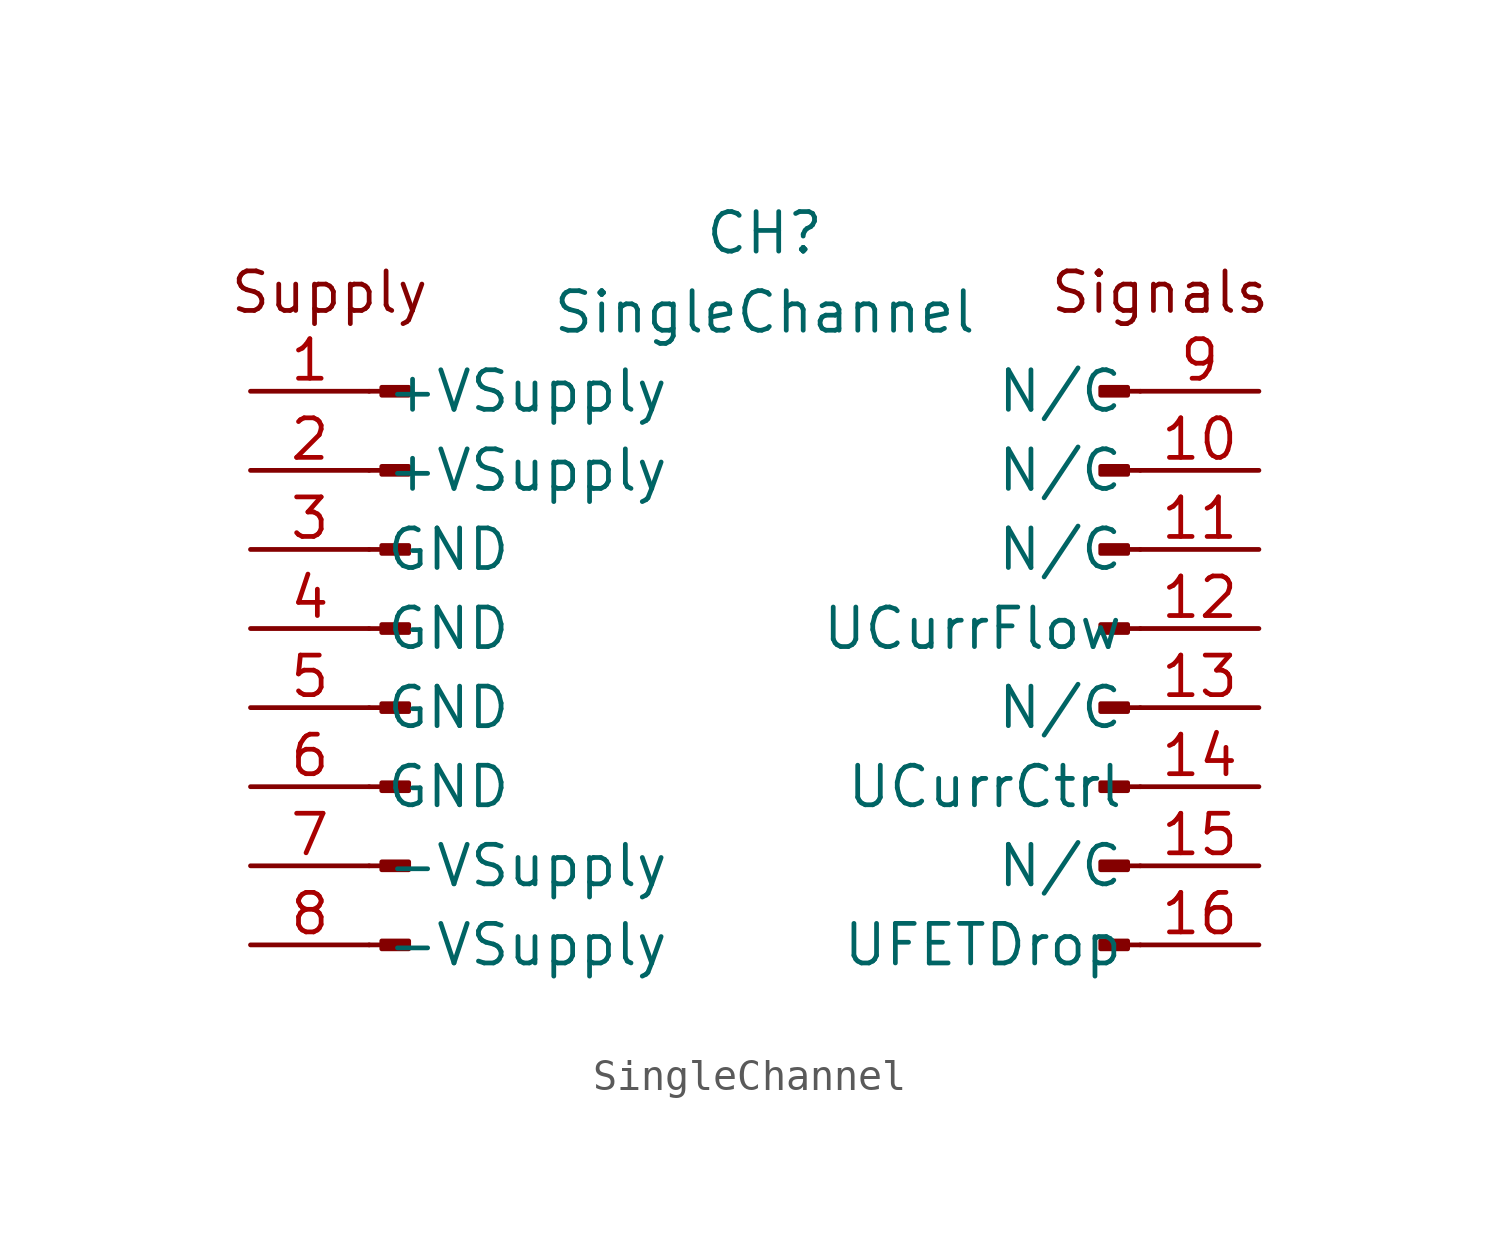
<source format=kicad_sym>
(kicad_symbol_lib
  (version 20210619)
  (generator kicad_symbol_editor)
  (symbol "FEAR-16:SingleChannel"
    (property "Reference" "CH"
      (at 0 13.335 0)
      (effects (font (size 1.27 1.27))))
    (property "Value" "SingleChannel"
      (at 0 10.795 0)
      (effects (font (size 1.27 1.27))))
    (symbol "SingleChannel_0_0"
      (text "Signals" (at 12.7 11.43 0) (effects (font (size 1.27 1.27))))
      (text "Supply" (at -13.97 11.43 0) (effects (font (size 1.27 1.27)))))
    (symbol "SingleChannel_1_1"
      (rectangle (start -12.294 -9.398) (end -11.43 -9.652) (stroke (width 0.152)) (fill (type outline)))
      (rectangle (start -12.294 -6.858) (end -11.43 -7.112) (stroke (width 0.152)) (fill (type outline)))
      (rectangle (start -12.294 -4.318) (end -11.43 -4.572) (stroke (width 0.152)) (fill (type outline)))
      (rectangle (start -12.294 -1.778) (end -11.43 -2.032) (stroke (width 0.152)) (fill (type outline)))
      (rectangle (start -12.294 0.762) (end -11.43 0.508) (stroke (width 0.152)) (fill (type outline)))
      (rectangle (start -12.294 3.302) (end -11.43 3.048) (stroke (width 0.152)) (fill (type outline)))
      (rectangle (start -12.294 5.842) (end -11.43 5.588) (stroke (width 0.152)) (fill (type outline)))
      (rectangle (start -12.294 8.382) (end -11.43 8.128) (stroke (width 0.152)) (fill (type outline)))
      (rectangle (start 11.659 -9.398) (end 10.795 -9.652) (stroke (width 0.152)) (fill (type outline)))
      (rectangle (start 11.659 -6.858) (end 10.795 -7.112) (stroke (width 0.152)) (fill (type outline)))
      (rectangle (start 11.659 -4.318) (end 10.795 -4.572) (stroke (width 0.152)) (fill (type outline)))
      (rectangle (start 11.659 -1.778) (end 10.795 -2.032) (stroke (width 0.152)) (fill (type outline)))
      (rectangle (start 11.659 0.762) (end 10.795 0.508) (stroke (width 0.152)) (fill (type outline)))
      (rectangle (start 11.659 3.302) (end 10.795 3.048) (stroke (width 0.152)) (fill (type outline)))
      (rectangle (start 11.659 5.842) (end 10.795 5.588) (stroke (width 0.152)) (fill (type outline)))
      (rectangle (start 11.659 8.382) (end 10.795 8.128) (stroke (width 0.152)) (fill (type outline)))
      (polyline (pts (xy -12.7 -9.525) (xy -12.294 -9.525)) (stroke (width 0.152)) (fill (type none)))
      (polyline (pts (xy -12.7 -6.985) (xy -12.294 -6.985)) (stroke (width 0.152)) (fill (type none)))
      (polyline (pts (xy -12.7 -4.445) (xy -12.294 -4.445)) (stroke (width 0.152)) (fill (type none)))
      (polyline (pts (xy -12.7 -1.905) (xy -12.294 -1.905)) (stroke (width 0.152)) (fill (type none)))
      (polyline (pts (xy -12.7 0.635) (xy -12.294 0.635)) (stroke (width 0.152)) (fill (type none)))
      (polyline (pts (xy -12.7 3.175) (xy -12.294 3.175)) (stroke (width 0.152)) (fill (type none)))
      (polyline (pts (xy -12.7 5.715) (xy -12.294 5.715)) (stroke (width 0.152)) (fill (type none)))
      (polyline (pts (xy -12.7 8.255) (xy -12.294 8.255)) (stroke (width 0.152)) (fill (type none)))
      (polyline (pts (xy 12.065 -9.525) (xy 11.659 -9.525)) (stroke (width 0.152)) (fill (type none)))
      (polyline (pts (xy 12.065 -6.985) (xy 11.659 -6.985)) (stroke (width 0.152)) (fill (type none)))
      (polyline (pts (xy 12.065 -4.445) (xy 11.659 -4.445)) (stroke (width 0.152)) (fill (type none)))
      (polyline (pts (xy 12.065 -1.905) (xy 11.659 -1.905)) (stroke (width 0.152)) (fill (type none)))
      (polyline (pts (xy 12.065 0.635) (xy 11.659 0.635)) (stroke (width 0.152)) (fill (type none)))
      (polyline (pts (xy 12.065 3.175) (xy 11.659 3.175)) (stroke (width 0.152)) (fill (type none)))
      (polyline (pts (xy 12.065 5.715) (xy 11.659 5.715)) (stroke (width 0.152)) (fill (type none)))
      (polyline (pts (xy 12.065 8.255) (xy 11.659 8.255)) (stroke (width 0.152)) (fill (type none)))
      (pin passive line (at -16.51 8.255 0) (length 3.81) (name "+VSupply" (effects (font (size 1.27 1.27)))) (number "1" (effects (font (size 1.27 1.27)))))
      (pin passive line (at 15.875 5.715 180) (length 3.81) (name "N/C" (effects (font (size 1.27 1.27)))) (number "10" (effects (font (size 1.27 1.27)))))
      (pin passive line (at 15.875 3.175 180) (length 3.81) (name "N/C" (effects (font (size 1.27 1.27)))) (number "11" (effects (font (size 1.27 1.27)))))
      (pin passive line (at 15.875 0.635 180) (length 3.81) (name "UCurrFlow" (effects (font (size 1.27 1.27)))) (number "12" (effects (font (size 1.27 1.27)))))
      (pin passive line (at 15.875 -1.905 180) (length 3.81) (name "N/C" (effects (font (size 1.27 1.27)))) (number "13" (effects (font (size 1.27 1.27)))))
      (pin passive line (at 15.875 -4.445 180) (length 3.81) (name "UCurrCtrl" (effects (font (size 1.27 1.27)))) (number "14" (effects (font (size 1.27 1.27)))))
      (pin passive line (at 15.875 -6.985 180) (length 3.81) (name "N/C" (effects (font (size 1.27 1.27)))) (number "15" (effects (font (size 1.27 1.27)))))
      (pin passive line (at 15.875 -9.525 180) (length 3.81) (name "UFETDrop" (effects (font (size 1.27 1.27)))) (number "16" (effects (font (size 1.27 1.27)))))
      (pin passive line (at -16.51 5.715 0) (length 3.81) (name "+VSupply" (effects (font (size 1.27 1.27)))) (number "2" (effects (font (size 1.27 1.27)))))
      (pin passive line (at -16.51 3.175 0) (length 3.81) (name "GND" (effects (font (size 1.27 1.27)))) (number "3" (effects (font (size 1.27 1.27)))))
      (pin passive line (at -16.51 0.635 0) (length 3.81) (name "GND" (effects (font (size 1.27 1.27)))) (number "4" (effects (font (size 1.27 1.27)))))
      (pin passive line (at -16.51 -1.905 0) (length 3.81) (name "GND" (effects (font (size 1.27 1.27)))) (number "5" (effects (font (size 1.27 1.27)))))
      (pin passive line (at -16.51 -4.445 0) (length 3.81) (name "GND" (effects (font (size 1.27 1.27)))) (number "6" (effects (font (size 1.27 1.27)))))
      (pin passive line (at -16.51 -6.985 0) (length 3.81) (name "-VSupply" (effects (font (size 1.27 1.27)))) (number "7" (effects (font (size 1.27 1.27)))))
      (pin passive line (at -16.51 -9.525 0) (length 3.81) (name "-VSupply" (effects (font (size 1.27 1.27)))) (number "8" (effects (font (size 1.27 1.27)))))
      (pin passive line (at 15.875 8.255 180) (length 3.81) (name "N/C" (effects (font (size 1.27 1.27)))) (number "9" (effects (font (size 1.27 1.27))))))))
</source>
